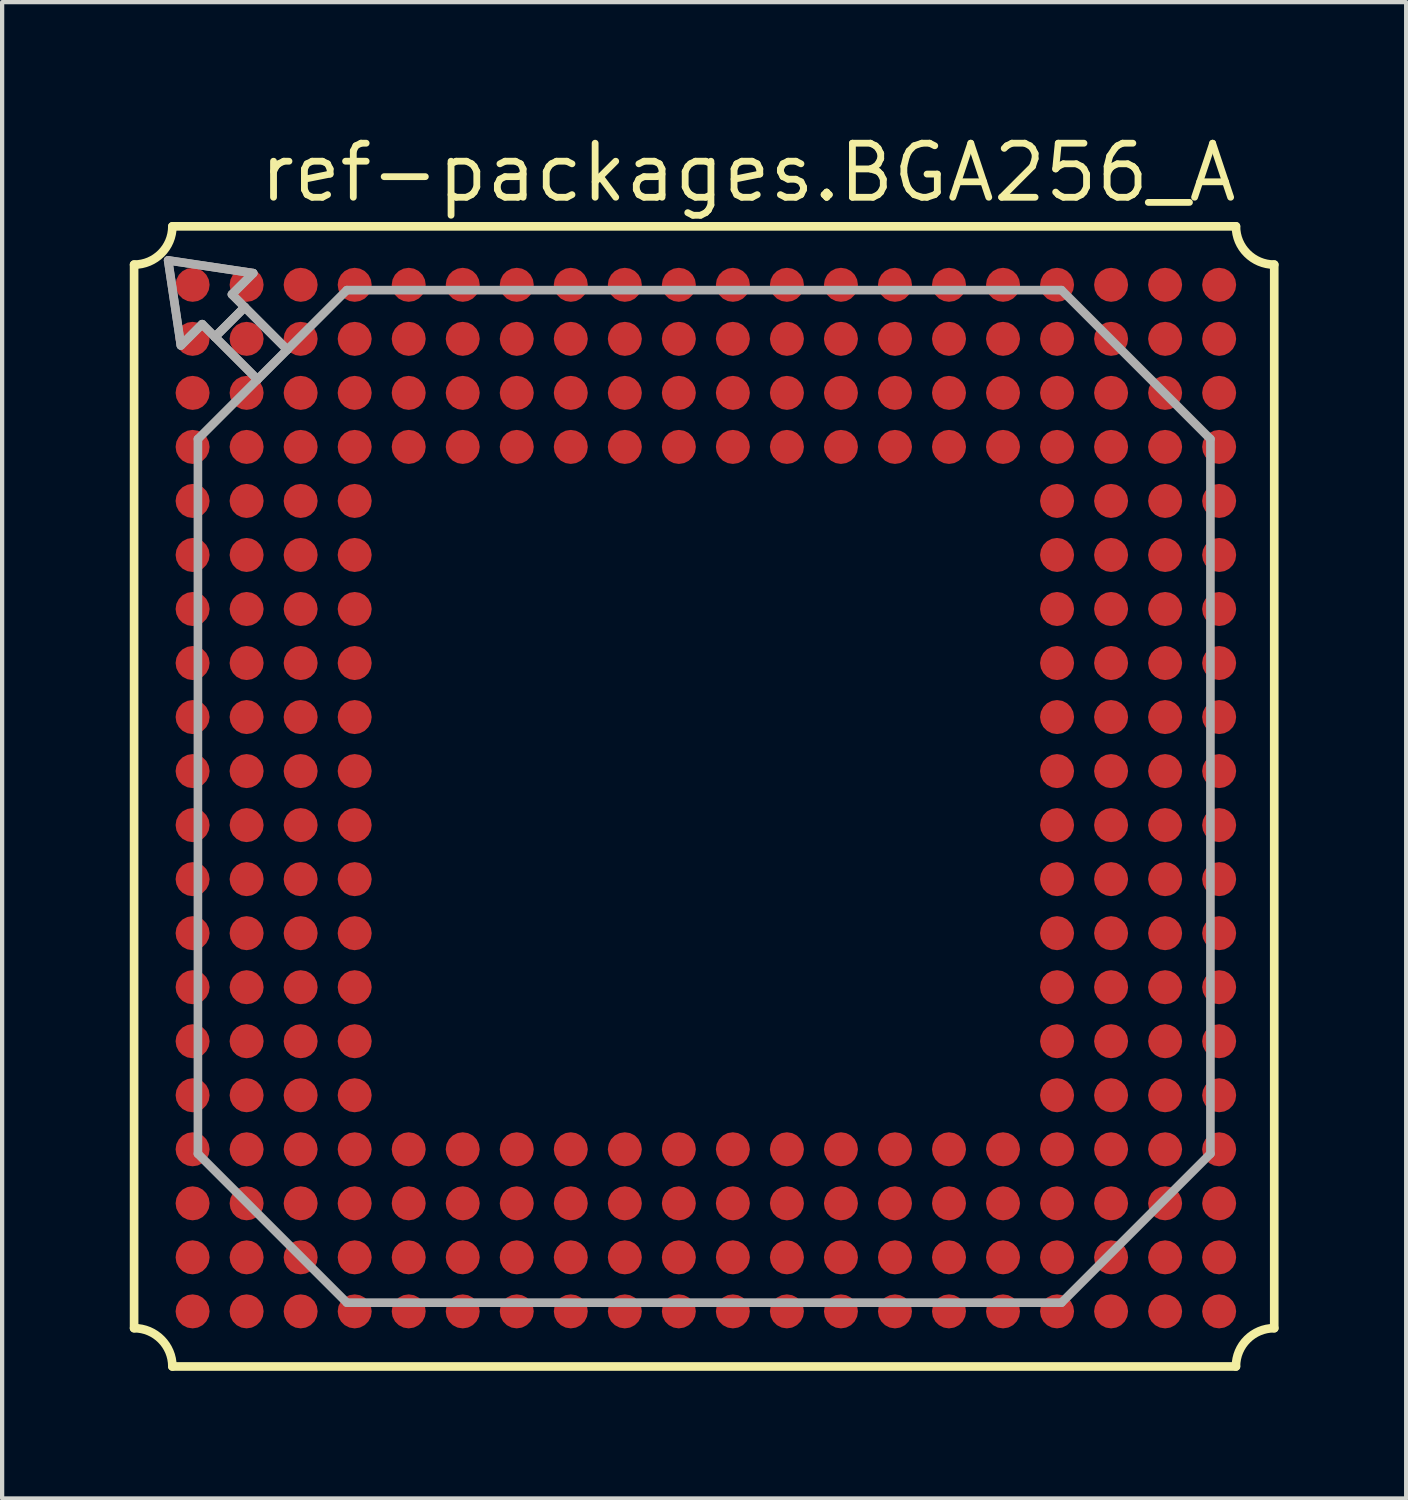
<source format=kicad_pcb>
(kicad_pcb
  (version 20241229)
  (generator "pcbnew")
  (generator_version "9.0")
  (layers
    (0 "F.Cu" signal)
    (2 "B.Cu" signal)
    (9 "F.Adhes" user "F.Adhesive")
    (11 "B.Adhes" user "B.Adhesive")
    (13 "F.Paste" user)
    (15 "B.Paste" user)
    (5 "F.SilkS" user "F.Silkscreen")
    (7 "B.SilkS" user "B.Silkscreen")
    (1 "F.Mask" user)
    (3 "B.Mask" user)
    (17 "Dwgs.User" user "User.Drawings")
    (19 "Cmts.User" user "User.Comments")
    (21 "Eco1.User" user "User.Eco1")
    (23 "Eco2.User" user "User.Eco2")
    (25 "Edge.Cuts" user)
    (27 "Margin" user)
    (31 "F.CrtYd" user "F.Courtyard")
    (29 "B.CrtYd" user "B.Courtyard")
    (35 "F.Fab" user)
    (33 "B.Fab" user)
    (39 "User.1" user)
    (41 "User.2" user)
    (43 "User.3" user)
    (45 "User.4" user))
  (footprint "ref-packages.BGA256_A"
    (layer "F.Cu")
    (at 13.502 15.67)
    (property "Reference" "ref-packages.BGA256_A" (at -10.53 -13.92 0) (layer "F.SilkS") (effects (font (size 1.27 1.27) (thickness 0.16)) (justify left bottom)))
    (attr smd)
    (fp_line (start -13.4 12.5) (end -13.4 -12.5) (stroke (width 0.203) (type default)) (layer "F.SilkS"))
    (fp_line (start -12.5 -13.4) (end 12.5 -13.4) (stroke (width 0.203) (type default)) (layer "F.SilkS"))
    (fp_line (start 12.5 13.4) (end -12.5 13.4) (stroke (width 0.203) (type default)) (layer "F.SilkS"))
    (fp_line (start 13.4 -12.5) (end 13.4 12.5) (stroke (width 0.203) (type default)) (layer "F.SilkS"))
    (fp_arc (start -13.4 12.5) (mid -12.763675 12.763575) (end -12.5001 13.3999) (stroke (width 0.2032) (type default)) (layer "F.SilkS"))
    (fp_arc (start -12.5001 -13.3999) (mid -12.763675 -12.763575) (end -13.4 -12.5) (stroke (width 0.2032) (type default)) (layer "F.SilkS"))
    (fp_arc (start 12.5 13.4) (mid 12.763575 12.763675) (end 13.3999 12.5001) (stroke (width 0.2032) (type default)) (layer "F.SilkS"))
    (fp_arc (start 13.3999 -12.5001) (mid 12.763575 -12.763675) (end 12.5 -13.4) (stroke (width 0.2032) (type default)) (layer "F.SilkS"))
    (fp_line (start -12.6 -12.6) (end -12.3 -10.6) (stroke (width 0.203) (type default)) (layer "F.Fab"))
    (fp_line (start -12.3 -10.6) (end -11.8 -11.1) (stroke (width 0.203) (type default)) (layer "F.Fab"))
    (fp_line (start -11.9 -8.4) (end -10.5 -9.8) (stroke (width 0.203) (type default)) (layer "F.Fab"))
    (fp_line (start -11.9 8.4) (end -11.9 -8.4) (stroke (width 0.203) (type default)) (layer "F.Fab"))
    (fp_line (start -11.8 -11.1) (end -11.5 -10.8) (stroke (width 0.203) (type default)) (layer "F.Fab"))
    (fp_line (start -11.5 -10.8) (end -10.5 -9.8) (stroke (width 0.203) (type default)) (layer "F.Fab"))
    (fp_line (start -11.1 -11.8) (end -10.6 -12.3) (stroke (width 0.203) (type default)) (layer "F.Fab"))
    (fp_line (start -10.8 -11.5) (end -11.5 -10.8) (stroke (width 0.203) (type default)) (layer "F.Fab"))
    (fp_line (start -10.8 -11.5) (end -11.1 -11.8) (stroke (width 0.203) (type default)) (layer "F.Fab"))
    (fp_line (start -10.6 -12.3) (end -12.6 -12.6) (stroke (width 0.203) (type default)) (layer "F.Fab"))
    (fp_line (start -10.5 -9.8) (end -9.8 -10.5) (stroke (width 0.203) (type default)) (layer "F.Fab"))
    (fp_line (start -9.8 -10.5) (end -10.8 -11.5) (stroke (width 0.203) (type default)) (layer "F.Fab"))
    (fp_line (start -9.8 -10.5) (end -8.4 -11.9) (stroke (width 0.203) (type default)) (layer "F.Fab"))
    (fp_line (start -8.4 -11.9) (end 8.4 -11.9) (stroke (width 0.203) (type default)) (layer "F.Fab"))
    (fp_line (start -8.4 11.9) (end -11.9 8.4) (stroke (width 0.203) (type default)) (layer "F.Fab"))
    (fp_line (start 8.4 -11.9) (end 11.9 -8.4) (stroke (width 0.203) (type default)) (layer "F.Fab"))
    (fp_line (start 8.4 11.9) (end -8.4 11.9) (stroke (width 0.203) (type default)) (layer "F.Fab"))
    (fp_line (start 11.9 -8.4) (end 11.9 8.4) (stroke (width 0.203) (type default)) (layer "F.Fab"))
    (fp_line (start 11.9 8.4) (end 8.4 11.9) (stroke (width 0.203) (type default)) (layer "F.Fab"))
    (fp_poly (pts (xy -11.5 -10.8) (xy -10.5 -9.8) (xy -9.8 -10.5) (xy -10.8 -11.5)) (stroke (width 0.203) (type default)) (fill no) (layer "F.Fab"))
    (fp_poly (pts (xy -12.6 -12.6) (xy -12.3 -10.6) (xy -11.8 -11.1) (xy -11.5 -10.8) (xy -10.8 -11.5) (xy -11.1 -11.8) (xy -10.6 -12.3)) (stroke (width 0.2) (type default)) (fill no) (layer "F.Fab"))
    (pad "A1" smd roundrect (at -12.025 -12.025) (size 0.8 0.8) (layers "F.Cu" "F.Mask" "F.Paste") (roundrect_rratio 0.5))
    (pad "A2" smd roundrect (at -10.755 -12.025) (size 0.8 0.8) (layers "F.Cu" "F.Mask" "F.Paste") (roundrect_rratio 0.5))
    (pad "A3" smd roundrect (at -9.485 -12.025) (size 0.8 0.8) (layers "F.Cu" "F.Mask" "F.Paste") (roundrect_rratio 0.5))
    (pad "A4" smd roundrect (at -8.215 -12.025) (size 0.8 0.8) (layers "F.Cu" "F.Mask" "F.Paste") (roundrect_rratio 0.5))
    (pad "A5" smd roundrect (at -6.945 -12.025) (size 0.8 0.8) (layers "F.Cu" "F.Mask" "F.Paste") (roundrect_rratio 0.5))
    (pad "A6" smd roundrect (at -5.675 -12.025) (size 0.8 0.8) (layers "F.Cu" "F.Mask" "F.Paste") (roundrect_rratio 0.5))
    (pad "A7" smd roundrect (at -4.405 -12.025) (size 0.8 0.8) (layers "F.Cu" "F.Mask" "F.Paste") (roundrect_rratio 0.5))
    (pad "A8" smd roundrect (at -3.135 -12.025) (size 0.8 0.8) (layers "F.Cu" "F.Mask" "F.Paste") (roundrect_rratio 0.5))
    (pad "A9" smd roundrect (at -1.865 -12.025) (size 0.8 0.8) (layers "F.Cu" "F.Mask" "F.Paste") (roundrect_rratio 0.5))
    (pad "A10" smd roundrect (at -0.595 -12.025) (size 0.8 0.8) (layers "F.Cu" "F.Mask" "F.Paste") (roundrect_rratio 0.5))
    (pad "A11" smd roundrect (at 0.675 -12.025) (size 0.8 0.8) (layers "F.Cu" "F.Mask" "F.Paste") (roundrect_rratio 0.5))
    (pad "A12" smd roundrect (at 1.945 -12.025) (size 0.8 0.8) (layers "F.Cu" "F.Mask" "F.Paste") (roundrect_rratio 0.5))
    (pad "A13" smd roundrect (at 3.215 -12.025) (size 0.8 0.8) (layers "F.Cu" "F.Mask" "F.Paste") (roundrect_rratio 0.5))
    (pad "A14" smd roundrect (at 4.485 -12.025) (size 0.8 0.8) (layers "F.Cu" "F.Mask" "F.Paste") (roundrect_rratio 0.5))
    (pad "A15" smd roundrect (at 5.755 -12.025) (size 0.8 0.8) (layers "F.Cu" "F.Mask" "F.Paste") (roundrect_rratio 0.5))
    (pad "A16" smd roundrect (at 7.025 -12.025) (size 0.8 0.8) (layers "F.Cu" "F.Mask" "F.Paste") (roundrect_rratio 0.5))
    (pad "A17" smd roundrect (at 8.295 -12.025) (size 0.8 0.8) (layers "F.Cu" "F.Mask" "F.Paste") (roundrect_rratio 0.5))
    (pad "A18" smd roundrect (at 9.565 -12.025) (size 0.8 0.8) (layers "F.Cu" "F.Mask" "F.Paste") (roundrect_rratio 0.5))
    (pad "A19" smd roundrect (at 10.835 -12.025) (size 0.8 0.8) (layers "F.Cu" "F.Mask" "F.Paste") (roundrect_rratio 0.5))
    (pad "A20" smd roundrect (at 12.105 -12.025) (size 0.8 0.8) (layers "F.Cu" "F.Mask" "F.Paste") (roundrect_rratio 0.5))
    (pad "B1" smd roundrect (at -12.025 -10.755) (size 0.8 0.8) (layers "F.Cu" "F.Mask" "F.Paste") (roundrect_rratio 0.5))
    (pad "B2" smd roundrect (at -10.755 -10.755) (size 0.8 0.8) (layers "F.Cu" "F.Mask" "F.Paste") (roundrect_rratio 0.5))
    (pad "B3" smd roundrect (at -9.485 -10.755) (size 0.8 0.8) (layers "F.Cu" "F.Mask" "F.Paste") (roundrect_rratio 0.5))
    (pad "B4" smd roundrect (at -8.215 -10.755) (size 0.8 0.8) (layers "F.Cu" "F.Mask" "F.Paste") (roundrect_rratio 0.5))
    (pad "B5" smd roundrect (at -6.945 -10.755) (size 0.8 0.8) (layers "F.Cu" "F.Mask" "F.Paste") (roundrect_rratio 0.5))
    (pad "B6" smd roundrect (at -5.675 -10.755) (size 0.8 0.8) (layers "F.Cu" "F.Mask" "F.Paste") (roundrect_rratio 0.5))
    (pad "B7" smd roundrect (at -4.405 -10.755) (size 0.8 0.8) (layers "F.Cu" "F.Mask" "F.Paste") (roundrect_rratio 0.5))
    (pad "B8" smd roundrect (at -3.135 -10.755) (size 0.8 0.8) (layers "F.Cu" "F.Mask" "F.Paste") (roundrect_rratio 0.5))
    (pad "B9" smd roundrect (at -1.865 -10.755) (size 0.8 0.8) (layers "F.Cu" "F.Mask" "F.Paste") (roundrect_rratio 0.5))
    (pad "B10" smd roundrect (at -0.595 -10.755) (size 0.8 0.8) (layers "F.Cu" "F.Mask" "F.Paste") (roundrect_rratio 0.5))
    (pad "B11" smd roundrect (at 0.675 -10.755) (size 0.8 0.8) (layers "F.Cu" "F.Mask" "F.Paste") (roundrect_rratio 0.5))
    (pad "B12" smd roundrect (at 1.945 -10.755) (size 0.8 0.8) (layers "F.Cu" "F.Mask" "F.Paste") (roundrect_rratio 0.5))
    (pad "B13" smd roundrect (at 3.215 -10.755) (size 0.8 0.8) (layers "F.Cu" "F.Mask" "F.Paste") (roundrect_rratio 0.5))
    (pad "B14" smd roundrect (at 4.485 -10.755) (size 0.8 0.8) (layers "F.Cu" "F.Mask" "F.Paste") (roundrect_rratio 0.5))
    (pad "B15" smd roundrect (at 5.755 -10.755) (size 0.8 0.8) (layers "F.Cu" "F.Mask" "F.Paste") (roundrect_rratio 0.5))
    (pad "B16" smd roundrect (at 7.025 -10.755) (size 0.8 0.8) (layers "F.Cu" "F.Mask" "F.Paste") (roundrect_rratio 0.5))
    (pad "B17" smd roundrect (at 8.295 -10.755) (size 0.8 0.8) (layers "F.Cu" "F.Mask" "F.Paste") (roundrect_rratio 0.5))
    (pad "B18" smd roundrect (at 9.565 -10.755) (size 0.8 0.8) (layers "F.Cu" "F.Mask" "F.Paste") (roundrect_rratio 0.5))
    (pad "B19" smd roundrect (at 10.835 -10.755) (size 0.8 0.8) (layers "F.Cu" "F.Mask" "F.Paste") (roundrect_rratio 0.5))
    (pad "B20" smd roundrect (at 12.105 -10.755) (size 0.8 0.8) (layers "F.Cu" "F.Mask" "F.Paste") (roundrect_rratio 0.5))
    (pad "C1" smd roundrect (at -12.025 -9.485) (size 0.8 0.8) (layers "F.Cu" "F.Mask" "F.Paste") (roundrect_rratio 0.5))
    (pad "C2" smd roundrect (at -10.755 -9.485) (size 0.8 0.8) (layers "F.Cu" "F.Mask" "F.Paste") (roundrect_rratio 0.5))
    (pad "C3" smd roundrect (at -9.485 -9.485) (size 0.8 0.8) (layers "F.Cu" "F.Mask" "F.Paste") (roundrect_rratio 0.5))
    (pad "C4" smd roundrect (at -8.215 -9.485) (size 0.8 0.8) (layers "F.Cu" "F.Mask" "F.Paste") (roundrect_rratio 0.5))
    (pad "C5" smd roundrect (at -6.945 -9.485) (size 0.8 0.8) (layers "F.Cu" "F.Mask" "F.Paste") (roundrect_rratio 0.5))
    (pad "C6" smd roundrect (at -5.675 -9.485) (size 0.8 0.8) (layers "F.Cu" "F.Mask" "F.Paste") (roundrect_rratio 0.5))
    (pad "C7" smd roundrect (at -4.405 -9.485) (size 0.8 0.8) (layers "F.Cu" "F.Mask" "F.Paste") (roundrect_rratio 0.5))
    (pad "C8" smd roundrect (at -3.135 -9.485) (size 0.8 0.8) (layers "F.Cu" "F.Mask" "F.Paste") (roundrect_rratio 0.5))
    (pad "C9" smd roundrect (at -1.865 -9.485) (size 0.8 0.8) (layers "F.Cu" "F.Mask" "F.Paste") (roundrect_rratio 0.5))
    (pad "C10" smd roundrect (at -0.595 -9.485) (size 0.8 0.8) (layers "F.Cu" "F.Mask" "F.Paste") (roundrect_rratio 0.5))
    (pad "C11" smd roundrect (at 0.675 -9.485) (size 0.8 0.8) (layers "F.Cu" "F.Mask" "F.Paste") (roundrect_rratio 0.5))
    (pad "C12" smd roundrect (at 1.945 -9.485) (size 0.8 0.8) (layers "F.Cu" "F.Mask" "F.Paste") (roundrect_rratio 0.5))
    (pad "C13" smd roundrect (at 3.215 -9.485) (size 0.8 0.8) (layers "F.Cu" "F.Mask" "F.Paste") (roundrect_rratio 0.5))
    (pad "C14" smd roundrect (at 4.485 -9.485) (size 0.8 0.8) (layers "F.Cu" "F.Mask" "F.Paste") (roundrect_rratio 0.5))
    (pad "C15" smd roundrect (at 5.755 -9.485) (size 0.8 0.8) (layers "F.Cu" "F.Mask" "F.Paste") (roundrect_rratio 0.5))
    (pad "C16" smd roundrect (at 7.025 -9.485) (size 0.8 0.8) (layers "F.Cu" "F.Mask" "F.Paste") (roundrect_rratio 0.5))
    (pad "C17" smd roundrect (at 8.295 -9.485) (size 0.8 0.8) (layers "F.Cu" "F.Mask" "F.Paste") (roundrect_rratio 0.5))
    (pad "C18" smd roundrect (at 9.565 -9.485) (size 0.8 0.8) (layers "F.Cu" "F.Mask" "F.Paste") (roundrect_rratio 0.5))
    (pad "C19" smd roundrect (at 10.835 -9.485) (size 0.8 0.8) (layers "F.Cu" "F.Mask" "F.Paste") (roundrect_rratio 0.5))
    (pad "C20" smd roundrect (at 12.105 -9.485) (size 0.8 0.8) (layers "F.Cu" "F.Mask" "F.Paste") (roundrect_rratio 0.5))
    (pad "D1" smd roundrect (at -12.025 -8.215) (size 0.8 0.8) (layers "F.Cu" "F.Mask" "F.Paste") (roundrect_rratio 0.5))
    (pad "D2" smd roundrect (at -10.755 -8.215) (size 0.8 0.8) (layers "F.Cu" "F.Mask" "F.Paste") (roundrect_rratio 0.5))
    (pad "D3" smd roundrect (at -9.485 -8.215) (size 0.8 0.8) (layers "F.Cu" "F.Mask" "F.Paste") (roundrect_rratio 0.5))
    (pad "D4" smd roundrect (at -8.215 -8.215) (size 0.8 0.8) (layers "F.Cu" "F.Mask" "F.Paste") (roundrect_rratio 0.5))
    (pad "D5" smd roundrect (at -6.945 -8.215) (size 0.8 0.8) (layers "F.Cu" "F.Mask" "F.Paste") (roundrect_rratio 0.5))
    (pad "D6" smd roundrect (at -5.675 -8.215) (size 0.8 0.8) (layers "F.Cu" "F.Mask" "F.Paste") (roundrect_rratio 0.5))
    (pad "D7" smd roundrect (at -4.405 -8.215) (size 0.8 0.8) (layers "F.Cu" "F.Mask" "F.Paste") (roundrect_rratio 0.5))
    (pad "D8" smd roundrect (at -3.135 -8.215) (size 0.8 0.8) (layers "F.Cu" "F.Mask" "F.Paste") (roundrect_rratio 0.5))
    (pad "D9" smd roundrect (at -1.865 -8.215) (size 0.8 0.8) (layers "F.Cu" "F.Mask" "F.Paste") (roundrect_rratio 0.5))
    (pad "D10" smd roundrect (at -0.595 -8.215) (size 0.8 0.8) (layers "F.Cu" "F.Mask" "F.Paste") (roundrect_rratio 0.5))
    (pad "D11" smd roundrect (at 0.675 -8.215) (size 0.8 0.8) (layers "F.Cu" "F.Mask" "F.Paste") (roundrect_rratio 0.5))
    (pad "D12" smd roundrect (at 1.945 -8.215) (size 0.8 0.8) (layers "F.Cu" "F.Mask" "F.Paste") (roundrect_rratio 0.5))
    (pad "D13" smd roundrect (at 3.215 -8.215) (size 0.8 0.8) (layers "F.Cu" "F.Mask" "F.Paste") (roundrect_rratio 0.5))
    (pad "D14" smd roundrect (at 4.485 -8.215) (size 0.8 0.8) (layers "F.Cu" "F.Mask" "F.Paste") (roundrect_rratio 0.5))
    (pad "D15" smd roundrect (at 5.755 -8.215) (size 0.8 0.8) (layers "F.Cu" "F.Mask" "F.Paste") (roundrect_rratio 0.5))
    (pad "D16" smd roundrect (at 7.025 -8.215) (size 0.8 0.8) (layers "F.Cu" "F.Mask" "F.Paste") (roundrect_rratio 0.5))
    (pad "D17" smd roundrect (at 8.295 -8.215) (size 0.8 0.8) (layers "F.Cu" "F.Mask" "F.Paste") (roundrect_rratio 0.5))
    (pad "D18" smd roundrect (at 9.565 -8.215) (size 0.8 0.8) (layers "F.Cu" "F.Mask" "F.Paste") (roundrect_rratio 0.5))
    (pad "D19" smd roundrect (at 10.835 -8.215) (size 0.8 0.8) (layers "F.Cu" "F.Mask" "F.Paste") (roundrect_rratio 0.5))
    (pad "D20" smd roundrect (at 12.105 -8.215) (size 0.8 0.8) (layers "F.Cu" "F.Mask" "F.Paste") (roundrect_rratio 0.5))
    (pad "E1" smd roundrect (at -12.025 -6.945) (size 0.8 0.8) (layers "F.Cu" "F.Mask" "F.Paste") (roundrect_rratio 0.5))
    (pad "E2" smd roundrect (at -10.755 -6.945) (size 0.8 0.8) (layers "F.Cu" "F.Mask" "F.Paste") (roundrect_rratio 0.5))
    (pad "E3" smd roundrect (at -9.485 -6.945) (size 0.8 0.8) (layers "F.Cu" "F.Mask" "F.Paste") (roundrect_rratio 0.5))
    (pad "E4" smd roundrect (at -8.215 -6.945) (size 0.8 0.8) (layers "F.Cu" "F.Mask" "F.Paste") (roundrect_rratio 0.5))
    (pad "E17" smd roundrect (at 8.295 -6.945) (size 0.8 0.8) (layers "F.Cu" "F.Mask" "F.Paste") (roundrect_rratio 0.5))
    (pad "E18" smd roundrect (at 9.565 -6.945) (size 0.8 0.8) (layers "F.Cu" "F.Mask" "F.Paste") (roundrect_rratio 0.5))
    (pad "E19" smd roundrect (at 10.835 -6.945) (size 0.8 0.8) (layers "F.Cu" "F.Mask" "F.Paste") (roundrect_rratio 0.5))
    (pad "E20" smd roundrect (at 12.105 -6.945) (size 0.8 0.8) (layers "F.Cu" "F.Mask" "F.Paste") (roundrect_rratio 0.5))
    (pad "F1" smd roundrect (at -12.025 -5.675) (size 0.8 0.8) (layers "F.Cu" "F.Mask" "F.Paste") (roundrect_rratio 0.5))
    (pad "F2" smd roundrect (at -10.755 -5.675) (size 0.8 0.8) (layers "F.Cu" "F.Mask" "F.Paste") (roundrect_rratio 0.5))
    (pad "F3" smd roundrect (at -9.485 -5.675) (size 0.8 0.8) (layers "F.Cu" "F.Mask" "F.Paste") (roundrect_rratio 0.5))
    (pad "F4" smd roundrect (at -8.215 -5.675) (size 0.8 0.8) (layers "F.Cu" "F.Mask" "F.Paste") (roundrect_rratio 0.5))
    (pad "F17" smd roundrect (at 8.295 -5.675) (size 0.8 0.8) (layers "F.Cu" "F.Mask" "F.Paste") (roundrect_rratio 0.5))
    (pad "F18" smd roundrect (at 9.565 -5.675) (size 0.8 0.8) (layers "F.Cu" "F.Mask" "F.Paste") (roundrect_rratio 0.5))
    (pad "F19" smd roundrect (at 10.835 -5.675) (size 0.8 0.8) (layers "F.Cu" "F.Mask" "F.Paste") (roundrect_rratio 0.5))
    (pad "F20" smd roundrect (at 12.105 -5.675) (size 0.8 0.8) (layers "F.Cu" "F.Mask" "F.Paste") (roundrect_rratio 0.5))
    (pad "G1" smd roundrect (at -12.025 -4.405) (size 0.8 0.8) (layers "F.Cu" "F.Mask" "F.Paste") (roundrect_rratio 0.5))
    (pad "G2" smd roundrect (at -10.755 -4.405) (size 0.8 0.8) (layers "F.Cu" "F.Mask" "F.Paste") (roundrect_rratio 0.5))
    (pad "G3" smd roundrect (at -9.485 -4.405) (size 0.8 0.8) (layers "F.Cu" "F.Mask" "F.Paste") (roundrect_rratio 0.5))
    (pad "G4" smd roundrect (at -8.215 -4.405) (size 0.8 0.8) (layers "F.Cu" "F.Mask" "F.Paste") (roundrect_rratio 0.5))
    (pad "G17" smd roundrect (at 8.295 -4.405) (size 0.8 0.8) (layers "F.Cu" "F.Mask" "F.Paste") (roundrect_rratio 0.5))
    (pad "G18" smd roundrect (at 9.565 -4.405) (size 0.8 0.8) (layers "F.Cu" "F.Mask" "F.Paste") (roundrect_rratio 0.5))
    (pad "G19" smd roundrect (at 10.835 -4.405) (size 0.8 0.8) (layers "F.Cu" "F.Mask" "F.Paste") (roundrect_rratio 0.5))
    (pad "G20" smd roundrect (at 12.105 -4.405) (size 0.8 0.8) (layers "F.Cu" "F.Mask" "F.Paste") (roundrect_rratio 0.5))
    (pad "H1" smd roundrect (at -12.025 -3.135) (size 0.8 0.8) (layers "F.Cu" "F.Mask" "F.Paste") (roundrect_rratio 0.5))
    (pad "H2" smd roundrect (at -10.755 -3.135) (size 0.8 0.8) (layers "F.Cu" "F.Mask" "F.Paste") (roundrect_rratio 0.5))
    (pad "H3" smd roundrect (at -9.485 -3.135) (size 0.8 0.8) (layers "F.Cu" "F.Mask" "F.Paste") (roundrect_rratio 0.5))
    (pad "H4" smd roundrect (at -8.215 -3.135) (size 0.8 0.8) (layers "F.Cu" "F.Mask" "F.Paste") (roundrect_rratio 0.5))
    (pad "H17" smd roundrect (at 8.295 -3.135) (size 0.8 0.8) (layers "F.Cu" "F.Mask" "F.Paste") (roundrect_rratio 0.5))
    (pad "H18" smd roundrect (at 9.565 -3.135) (size 0.8 0.8) (layers "F.Cu" "F.Mask" "F.Paste") (roundrect_rratio 0.5))
    (pad "H19" smd roundrect (at 10.835 -3.135) (size 0.8 0.8) (layers "F.Cu" "F.Mask" "F.Paste") (roundrect_rratio 0.5))
    (pad "H20" smd roundrect (at 12.105 -3.135) (size 0.8 0.8) (layers "F.Cu" "F.Mask" "F.Paste") (roundrect_rratio 0.5))
    (pad "J1" smd roundrect (at -12.025 -1.865) (size 0.8 0.8) (layers "F.Cu" "F.Mask" "F.Paste") (roundrect_rratio 0.5))
    (pad "J2" smd roundrect (at -10.755 -1.865) (size 0.8 0.8) (layers "F.Cu" "F.Mask" "F.Paste") (roundrect_rratio 0.5))
    (pad "J3" smd roundrect (at -9.485 -1.865) (size 0.8 0.8) (layers "F.Cu" "F.Mask" "F.Paste") (roundrect_rratio 0.5))
    (pad "J4" smd roundrect (at -8.215 -1.865) (size 0.8 0.8) (layers "F.Cu" "F.Mask" "F.Paste") (roundrect_rratio 0.5))
    (pad "J17" smd roundrect (at 8.295 -1.865) (size 0.8 0.8) (layers "F.Cu" "F.Mask" "F.Paste") (roundrect_rratio 0.5))
    (pad "J18" smd roundrect (at 9.565 -1.865) (size 0.8 0.8) (layers "F.Cu" "F.Mask" "F.Paste") (roundrect_rratio 0.5))
    (pad "J19" smd roundrect (at 10.835 -1.865) (size 0.8 0.8) (layers "F.Cu" "F.Mask" "F.Paste") (roundrect_rratio 0.5))
    (pad "J20" smd roundrect (at 12.105 -1.865) (size 0.8 0.8) (layers "F.Cu" "F.Mask" "F.Paste") (roundrect_rratio 0.5))
    (pad "K1" smd roundrect (at -12.025 -0.595) (size 0.8 0.8) (layers "F.Cu" "F.Mask" "F.Paste") (roundrect_rratio 0.5))
    (pad "K2" smd roundrect (at -10.755 -0.595) (size 0.8 0.8) (layers "F.Cu" "F.Mask" "F.Paste") (roundrect_rratio 0.5))
    (pad "K3" smd roundrect (at -9.485 -0.595) (size 0.8 0.8) (layers "F.Cu" "F.Mask" "F.Paste") (roundrect_rratio 0.5))
    (pad "K4" smd roundrect (at -8.215 -0.595) (size 0.8 0.8) (layers "F.Cu" "F.Mask" "F.Paste") (roundrect_rratio 0.5))
    (pad "K17" smd roundrect (at 8.295 -0.595) (size 0.8 0.8) (layers "F.Cu" "F.Mask" "F.Paste") (roundrect_rratio 0.5))
    (pad "K18" smd roundrect (at 9.565 -0.595) (size 0.8 0.8) (layers "F.Cu" "F.Mask" "F.Paste") (roundrect_rratio 0.5))
    (pad "K19" smd roundrect (at 10.835 -0.595) (size 0.8 0.8) (layers "F.Cu" "F.Mask" "F.Paste") (roundrect_rratio 0.5))
    (pad "K20" smd roundrect (at 12.105 -0.595) (size 0.8 0.8) (layers "F.Cu" "F.Mask" "F.Paste") (roundrect_rratio 0.5))
    (pad "L1" smd roundrect (at -12.025 0.675) (size 0.8 0.8) (layers "F.Cu" "F.Mask" "F.Paste") (roundrect_rratio 0.5))
    (pad "L2" smd roundrect (at -10.755 0.675) (size 0.8 0.8) (layers "F.Cu" "F.Mask" "F.Paste") (roundrect_rratio 0.5))
    (pad "L3" smd roundrect (at -9.485 0.675) (size 0.8 0.8) (layers "F.Cu" "F.Mask" "F.Paste") (roundrect_rratio 0.5))
    (pad "L4" smd roundrect (at -8.215 0.675) (size 0.8 0.8) (layers "F.Cu" "F.Mask" "F.Paste") (roundrect_rratio 0.5))
    (pad "L17" smd roundrect (at 8.295 0.675) (size 0.8 0.8) (layers "F.Cu" "F.Mask" "F.Paste") (roundrect_rratio 0.5))
    (pad "L18" smd roundrect (at 9.565 0.675) (size 0.8 0.8) (layers "F.Cu" "F.Mask" "F.Paste") (roundrect_rratio 0.5))
    (pad "L19" smd roundrect (at 10.835 0.675) (size 0.8 0.8) (layers "F.Cu" "F.Mask" "F.Paste") (roundrect_rratio 0.5))
    (pad "L20" smd roundrect (at 12.105 0.675) (size 0.8 0.8) (layers "F.Cu" "F.Mask" "F.Paste") (roundrect_rratio 0.5))
    (pad "M1" smd roundrect (at -12.025 1.945) (size 0.8 0.8) (layers "F.Cu" "F.Mask" "F.Paste") (roundrect_rratio 0.5))
    (pad "M2" smd roundrect (at -10.755 1.945) (size 0.8 0.8) (layers "F.Cu" "F.Mask" "F.Paste") (roundrect_rratio 0.5))
    (pad "M3" smd roundrect (at -9.485 1.945) (size 0.8 0.8) (layers "F.Cu" "F.Mask" "F.Paste") (roundrect_rratio 0.5))
    (pad "M4" smd roundrect (at -8.215 1.945) (size 0.8 0.8) (layers "F.Cu" "F.Mask" "F.Paste") (roundrect_rratio 0.5))
    (pad "M17" smd roundrect (at 8.295 1.945) (size 0.8 0.8) (layers "F.Cu" "F.Mask" "F.Paste") (roundrect_rratio 0.5))
    (pad "M18" smd roundrect (at 9.565 1.945) (size 0.8 0.8) (layers "F.Cu" "F.Mask" "F.Paste") (roundrect_rratio 0.5))
    (pad "M19" smd roundrect (at 10.835 1.945) (size 0.8 0.8) (layers "F.Cu" "F.Mask" "F.Paste") (roundrect_rratio 0.5))
    (pad "M20" smd roundrect (at 12.105 1.945) (size 0.8 0.8) (layers "F.Cu" "F.Mask" "F.Paste") (roundrect_rratio 0.5))
    (pad "N1" smd roundrect (at -12.025 3.215) (size 0.8 0.8) (layers "F.Cu" "F.Mask" "F.Paste") (roundrect_rratio 0.5))
    (pad "N2" smd roundrect (at -10.755 3.215) (size 0.8 0.8) (layers "F.Cu" "F.Mask" "F.Paste") (roundrect_rratio 0.5))
    (pad "N3" smd roundrect (at -9.485 3.215) (size 0.8 0.8) (layers "F.Cu" "F.Mask" "F.Paste") (roundrect_rratio 0.5))
    (pad "N4" smd roundrect (at -8.215 3.215) (size 0.8 0.8) (layers "F.Cu" "F.Mask" "F.Paste") (roundrect_rratio 0.5))
    (pad "N17" smd roundrect (at 8.295 3.215) (size 0.8 0.8) (layers "F.Cu" "F.Mask" "F.Paste") (roundrect_rratio 0.5))
    (pad "N18" smd roundrect (at 9.565 3.215) (size 0.8 0.8) (layers "F.Cu" "F.Mask" "F.Paste") (roundrect_rratio 0.5))
    (pad "N19" smd roundrect (at 10.835 3.215) (size 0.8 0.8) (layers "F.Cu" "F.Mask" "F.Paste") (roundrect_rratio 0.5))
    (pad "N20" smd roundrect (at 12.105 3.215) (size 0.8 0.8) (layers "F.Cu" "F.Mask" "F.Paste") (roundrect_rratio 0.5))
    (pad "P1" smd roundrect (at -12.025 4.485) (size 0.8 0.8) (layers "F.Cu" "F.Mask" "F.Paste") (roundrect_rratio 0.5))
    (pad "P2" smd roundrect (at -10.755 4.485) (size 0.8 0.8) (layers "F.Cu" "F.Mask" "F.Paste") (roundrect_rratio 0.5))
    (pad "P3" smd roundrect (at -9.485 4.485) (size 0.8 0.8) (layers "F.Cu" "F.Mask" "F.Paste") (roundrect_rratio 0.5))
    (pad "P4" smd roundrect (at -8.215 4.485) (size 0.8 0.8) (layers "F.Cu" "F.Mask" "F.Paste") (roundrect_rratio 0.5))
    (pad "P17" smd roundrect (at 8.295 4.485) (size 0.8 0.8) (layers "F.Cu" "F.Mask" "F.Paste") (roundrect_rratio 0.5))
    (pad "P18" smd roundrect (at 9.565 4.485) (size 0.8 0.8) (layers "F.Cu" "F.Mask" "F.Paste") (roundrect_rratio 0.5))
    (pad "P19" smd roundrect (at 10.835 4.485) (size 0.8 0.8) (layers "F.Cu" "F.Mask" "F.Paste") (roundrect_rratio 0.5))
    (pad "P20" smd roundrect (at 12.105 4.485) (size 0.8 0.8) (layers "F.Cu" "F.Mask" "F.Paste") (roundrect_rratio 0.5))
    (pad "R1" smd roundrect (at -12.025 5.755) (size 0.8 0.8) (layers "F.Cu" "F.Mask" "F.Paste") (roundrect_rratio 0.5))
    (pad "R2" smd roundrect (at -10.755 5.755) (size 0.8 0.8) (layers "F.Cu" "F.Mask" "F.Paste") (roundrect_rratio 0.5))
    (pad "R3" smd roundrect (at -9.485 5.755) (size 0.8 0.8) (layers "F.Cu" "F.Mask" "F.Paste") (roundrect_rratio 0.5))
    (pad "R4" smd roundrect (at -8.215 5.755) (size 0.8 0.8) (layers "F.Cu" "F.Mask" "F.Paste") (roundrect_rratio 0.5))
    (pad "R17" smd roundrect (at 8.295 5.755) (size 0.8 0.8) (layers "F.Cu" "F.Mask" "F.Paste") (roundrect_rratio 0.5))
    (pad "R18" smd roundrect (at 9.565 5.755) (size 0.8 0.8) (layers "F.Cu" "F.Mask" "F.Paste") (roundrect_rratio 0.5))
    (pad "R19" smd roundrect (at 10.835 5.755) (size 0.8 0.8) (layers "F.Cu" "F.Mask" "F.Paste") (roundrect_rratio 0.5))
    (pad "R20" smd roundrect (at 12.105 5.755) (size 0.8 0.8) (layers "F.Cu" "F.Mask" "F.Paste") (roundrect_rratio 0.5))
    (pad "T1" smd roundrect (at -12.025 7.025) (size 0.8 0.8) (layers "F.Cu" "F.Mask" "F.Paste") (roundrect_rratio 0.5))
    (pad "T2" smd roundrect (at -10.755 7.025) (size 0.8 0.8) (layers "F.Cu" "F.Mask" "F.Paste") (roundrect_rratio 0.5))
    (pad "T3" smd roundrect (at -9.485 7.025) (size 0.8 0.8) (layers "F.Cu" "F.Mask" "F.Paste") (roundrect_rratio 0.5))
    (pad "T4" smd roundrect (at -8.215 7.025) (size 0.8 0.8) (layers "F.Cu" "F.Mask" "F.Paste") (roundrect_rratio 0.5))
    (pad "T17" smd roundrect (at 8.295 7.025) (size 0.8 0.8) (layers "F.Cu" "F.Mask" "F.Paste") (roundrect_rratio 0.5))
    (pad "T18" smd roundrect (at 9.565 7.025) (size 0.8 0.8) (layers "F.Cu" "F.Mask" "F.Paste") (roundrect_rratio 0.5))
    (pad "T19" smd roundrect (at 10.835 7.025) (size 0.8 0.8) (layers "F.Cu" "F.Mask" "F.Paste") (roundrect_rratio 0.5))
    (pad "T20" smd roundrect (at 12.105 7.025) (size 0.8 0.8) (layers "F.Cu" "F.Mask" "F.Paste") (roundrect_rratio 0.5))
    (pad "U1" smd roundrect (at -12.025 8.295) (size 0.8 0.8) (layers "F.Cu" "F.Mask" "F.Paste") (roundrect_rratio 0.5))
    (pad "U2" smd roundrect (at -10.755 8.295) (size 0.8 0.8) (layers "F.Cu" "F.Mask" "F.Paste") (roundrect_rratio 0.5))
    (pad "U3" smd roundrect (at -9.485 8.295) (size 0.8 0.8) (layers "F.Cu" "F.Mask" "F.Paste") (roundrect_rratio 0.5))
    (pad "U4" smd roundrect (at -8.215 8.295) (size 0.8 0.8) (layers "F.Cu" "F.Mask" "F.Paste") (roundrect_rratio 0.5))
    (pad "U5" smd roundrect (at -6.945 8.295) (size 0.8 0.8) (layers "F.Cu" "F.Mask" "F.Paste") (roundrect_rratio 0.5))
    (pad "U6" smd roundrect (at -5.675 8.295) (size 0.8 0.8) (layers "F.Cu" "F.Mask" "F.Paste") (roundrect_rratio 0.5))
    (pad "U7" smd roundrect (at -4.405 8.295) (size 0.8 0.8) (layers "F.Cu" "F.Mask" "F.Paste") (roundrect_rratio 0.5))
    (pad "U8" smd roundrect (at -3.135 8.295) (size 0.8 0.8) (layers "F.Cu" "F.Mask" "F.Paste") (roundrect_rratio 0.5))
    (pad "U9" smd roundrect (at -1.865 8.295) (size 0.8 0.8) (layers "F.Cu" "F.Mask" "F.Paste") (roundrect_rratio 0.5))
    (pad "U10" smd roundrect (at -0.595 8.295) (size 0.8 0.8) (layers "F.Cu" "F.Mask" "F.Paste") (roundrect_rratio 0.5))
    (pad "U11" smd roundrect (at 0.675 8.295) (size 0.8 0.8) (layers "F.Cu" "F.Mask" "F.Paste") (roundrect_rratio 0.5))
    (pad "U12" smd roundrect (at 1.945 8.295) (size 0.8 0.8) (layers "F.Cu" "F.Mask" "F.Paste") (roundrect_rratio 0.5))
    (pad "U13" smd roundrect (at 3.215 8.295) (size 0.8 0.8) (layers "F.Cu" "F.Mask" "F.Paste") (roundrect_rratio 0.5))
    (pad "U14" smd roundrect (at 4.485 8.295) (size 0.8 0.8) (layers "F.Cu" "F.Mask" "F.Paste") (roundrect_rratio 0.5))
    (pad "U15" smd roundrect (at 5.755 8.295) (size 0.8 0.8) (layers "F.Cu" "F.Mask" "F.Paste") (roundrect_rratio 0.5))
    (pad "U16" smd roundrect (at 7.025 8.295) (size 0.8 0.8) (layers "F.Cu" "F.Mask" "F.Paste") (roundrect_rratio 0.5))
    (pad "U17" smd roundrect (at 8.295 8.295) (size 0.8 0.8) (layers "F.Cu" "F.Mask" "F.Paste") (roundrect_rratio 0.5))
    (pad "U18" smd roundrect (at 9.565 8.295) (size 0.8 0.8) (layers "F.Cu" "F.Mask" "F.Paste") (roundrect_rratio 0.5))
    (pad "U19" smd roundrect (at 10.835 8.295) (size 0.8 0.8) (layers "F.Cu" "F.Mask" "F.Paste") (roundrect_rratio 0.5))
    (pad "U20" smd roundrect (at 12.105 8.295) (size 0.8 0.8) (layers "F.Cu" "F.Mask" "F.Paste") (roundrect_rratio 0.5))
    (pad "V1" smd roundrect (at -12.025 9.565) (size 0.8 0.8) (layers "F.Cu" "F.Mask" "F.Paste") (roundrect_rratio 0.5))
    (pad "V2" smd roundrect (at -10.755 9.565) (size 0.8 0.8) (layers "F.Cu" "F.Mask" "F.Paste") (roundrect_rratio 0.5))
    (pad "V3" smd roundrect (at -9.485 9.565) (size 0.8 0.8) (layers "F.Cu" "F.Mask" "F.Paste") (roundrect_rratio 0.5))
    (pad "V4" smd roundrect (at -8.215 9.565) (size 0.8 0.8) (layers "F.Cu" "F.Mask" "F.Paste") (roundrect_rratio 0.5))
    (pad "V5" smd roundrect (at -6.945 9.565) (size 0.8 0.8) (layers "F.Cu" "F.Mask" "F.Paste") (roundrect_rratio 0.5))
    (pad "V6" smd roundrect (at -5.675 9.565) (size 0.8 0.8) (layers "F.Cu" "F.Mask" "F.Paste") (roundrect_rratio 0.5))
    (pad "V7" smd roundrect (at -4.405 9.565) (size 0.8 0.8) (layers "F.Cu" "F.Mask" "F.Paste") (roundrect_rratio 0.5))
    (pad "V8" smd roundrect (at -3.135 9.565) (size 0.8 0.8) (layers "F.Cu" "F.Mask" "F.Paste") (roundrect_rratio 0.5))
    (pad "V9" smd roundrect (at -1.865 9.565) (size 0.8 0.8) (layers "F.Cu" "F.Mask" "F.Paste") (roundrect_rratio 0.5))
    (pad "V10" smd roundrect (at -0.595 9.565) (size 0.8 0.8) (layers "F.Cu" "F.Mask" "F.Paste") (roundrect_rratio 0.5))
    (pad "V11" smd roundrect (at 0.675 9.565) (size 0.8 0.8) (layers "F.Cu" "F.Mask" "F.Paste") (roundrect_rratio 0.5))
    (pad "V12" smd roundrect (at 1.945 9.565) (size 0.8 0.8) (layers "F.Cu" "F.Mask" "F.Paste") (roundrect_rratio 0.5))
    (pad "V13" smd roundrect (at 3.215 9.565) (size 0.8 0.8) (layers "F.Cu" "F.Mask" "F.Paste") (roundrect_rratio 0.5))
    (pad "V14" smd roundrect (at 4.485 9.565) (size 0.8 0.8) (layers "F.Cu" "F.Mask" "F.Paste") (roundrect_rratio 0.5))
    (pad "V15" smd roundrect (at 5.755 9.565) (size 0.8 0.8) (layers "F.Cu" "F.Mask" "F.Paste") (roundrect_rratio 0.5))
    (pad "V16" smd roundrect (at 7.025 9.565) (size 0.8 0.8) (layers "F.Cu" "F.Mask" "F.Paste") (roundrect_rratio 0.5))
    (pad "V17" smd roundrect (at 8.295 9.565) (size 0.8 0.8) (layers "F.Cu" "F.Mask" "F.Paste") (roundrect_rratio 0.5))
    (pad "V18" smd roundrect (at 9.565 9.565) (size 0.8 0.8) (layers "F.Cu" "F.Mask" "F.Paste") (roundrect_rratio 0.5))
    (pad "V19" smd roundrect (at 10.835 9.565) (size 0.8 0.8) (layers "F.Cu" "F.Mask" "F.Paste") (roundrect_rratio 0.5))
    (pad "V20" smd roundrect (at 12.105 9.565) (size 0.8 0.8) (layers "F.Cu" "F.Mask" "F.Paste") (roundrect_rratio 0.5))
    (pad "W1" smd roundrect (at -12.025 10.835) (size 0.8 0.8) (layers "F.Cu" "F.Mask" "F.Paste") (roundrect_rratio 0.5))
    (pad "W2" smd roundrect (at -10.755 10.835) (size 0.8 0.8) (layers "F.Cu" "F.Mask" "F.Paste") (roundrect_rratio 0.5))
    (pad "W3" smd roundrect (at -9.485 10.835) (size 0.8 0.8) (layers "F.Cu" "F.Mask" "F.Paste") (roundrect_rratio 0.5))
    (pad "W4" smd roundrect (at -8.215 10.835) (size 0.8 0.8) (layers "F.Cu" "F.Mask" "F.Paste") (roundrect_rratio 0.5))
    (pad "W5" smd roundrect (at -6.945 10.835) (size 0.8 0.8) (layers "F.Cu" "F.Mask" "F.Paste") (roundrect_rratio 0.5))
    (pad "W6" smd roundrect (at -5.675 10.835) (size 0.8 0.8) (layers "F.Cu" "F.Mask" "F.Paste") (roundrect_rratio 0.5))
    (pad "W7" smd roundrect (at -4.405 10.835) (size 0.8 0.8) (layers "F.Cu" "F.Mask" "F.Paste") (roundrect_rratio 0.5))
    (pad "W8" smd roundrect (at -3.135 10.835) (size 0.8 0.8) (layers "F.Cu" "F.Mask" "F.Paste") (roundrect_rratio 0.5))
    (pad "W9" smd roundrect (at -1.865 10.835) (size 0.8 0.8) (layers "F.Cu" "F.Mask" "F.Paste") (roundrect_rratio 0.5))
    (pad "W10" smd roundrect (at -0.595 10.835) (size 0.8 0.8) (layers "F.Cu" "F.Mask" "F.Paste") (roundrect_rratio 0.5))
    (pad "W11" smd roundrect (at 0.675 10.835) (size 0.8 0.8) (layers "F.Cu" "F.Mask" "F.Paste") (roundrect_rratio 0.5))
    (pad "W12" smd roundrect (at 1.945 10.835) (size 0.8 0.8) (layers "F.Cu" "F.Mask" "F.Paste") (roundrect_rratio 0.5))
    (pad "W13" smd roundrect (at 3.215 10.835) (size 0.8 0.8) (layers "F.Cu" "F.Mask" "F.Paste") (roundrect_rratio 0.5))
    (pad "W14" smd roundrect (at 4.485 10.835) (size 0.8 0.8) (layers "F.Cu" "F.Mask" "F.Paste") (roundrect_rratio 0.5))
    (pad "W15" smd roundrect (at 5.755 10.835) (size 0.8 0.8) (layers "F.Cu" "F.Mask" "F.Paste") (roundrect_rratio 0.5))
    (pad "W16" smd roundrect (at 7.025 10.835) (size 0.8 0.8) (layers "F.Cu" "F.Mask" "F.Paste") (roundrect_rratio 0.5))
    (pad "W17" smd roundrect (at 8.295 10.835) (size 0.8 0.8) (layers "F.Cu" "F.Mask" "F.Paste") (roundrect_rratio 0.5))
    (pad "W18" smd roundrect (at 9.565 10.835) (size 0.8 0.8) (layers "F.Cu" "F.Mask" "F.Paste") (roundrect_rratio 0.5))
    (pad "W19" smd roundrect (at 10.835 10.835) (size 0.8 0.8) (layers "F.Cu" "F.Mask" "F.Paste") (roundrect_rratio 0.5))
    (pad "W20" smd roundrect (at 12.105 10.835) (size 0.8 0.8) (layers "F.Cu" "F.Mask" "F.Paste") (roundrect_rratio 0.5))
    (pad "Y1" smd roundrect (at -12.025 12.105) (size 0.8 0.8) (layers "F.Cu" "F.Mask" "F.Paste") (roundrect_rratio 0.5))
    (pad "Y2" smd roundrect (at -10.755 12.105) (size 0.8 0.8) (layers "F.Cu" "F.Mask" "F.Paste") (roundrect_rratio 0.5))
    (pad "Y3" smd roundrect (at -9.485 12.105) (size 0.8 0.8) (layers "F.Cu" "F.Mask" "F.Paste") (roundrect_rratio 0.5))
    (pad "Y4" smd roundrect (at -8.215 12.105) (size 0.8 0.8) (layers "F.Cu" "F.Mask" "F.Paste") (roundrect_rratio 0.5))
    (pad "Y5" smd roundrect (at -6.945 12.105) (size 0.8 0.8) (layers "F.Cu" "F.Mask" "F.Paste") (roundrect_rratio 0.5))
    (pad "Y6" smd roundrect (at -5.675 12.105) (size 0.8 0.8) (layers "F.Cu" "F.Mask" "F.Paste") (roundrect_rratio 0.5))
    (pad "Y7" smd roundrect (at -4.405 12.105) (size 0.8 0.8) (layers "F.Cu" "F.Mask" "F.Paste") (roundrect_rratio 0.5))
    (pad "Y8" smd roundrect (at -3.135 12.105) (size 0.8 0.8) (layers "F.Cu" "F.Mask" "F.Paste") (roundrect_rratio 0.5))
    (pad "Y9" smd roundrect (at -1.865 12.105) (size 0.8 0.8) (layers "F.Cu" "F.Mask" "F.Paste") (roundrect_rratio 0.5))
    (pad "Y10" smd roundrect (at -0.595 12.105) (size 0.8 0.8) (layers "F.Cu" "F.Mask" "F.Paste") (roundrect_rratio 0.5))
    (pad "Y11" smd roundrect (at 0.675 12.105) (size 0.8 0.8) (layers "F.Cu" "F.Mask" "F.Paste") (roundrect_rratio 0.5))
    (pad "Y12" smd roundrect (at 1.945 12.105) (size 0.8 0.8) (layers "F.Cu" "F.Mask" "F.Paste") (roundrect_rratio 0.5))
    (pad "Y13" smd roundrect (at 3.215 12.105) (size 0.8 0.8) (layers "F.Cu" "F.Mask" "F.Paste") (roundrect_rratio 0.5))
    (pad "Y14" smd roundrect (at 4.485 12.105) (size 0.8 0.8) (layers "F.Cu" "F.Mask" "F.Paste") (roundrect_rratio 0.5))
    (pad "Y15" smd roundrect (at 5.755 12.105) (size 0.8 0.8) (layers "F.Cu" "F.Mask" "F.Paste") (roundrect_rratio 0.5))
    (pad "Y16" smd roundrect (at 7.025 12.105) (size 0.8 0.8) (layers "F.Cu" "F.Mask" "F.Paste") (roundrect_rratio 0.5))
    (pad "Y17" smd roundrect (at 8.295 12.105) (size 0.8 0.8) (layers "F.Cu" "F.Mask" "F.Paste") (roundrect_rratio 0.5))
    (pad "Y18" smd roundrect (at 9.565 12.105) (size 0.8 0.8) (layers "F.Cu" "F.Mask" "F.Paste") (roundrect_rratio 0.5))
    (pad "Y19" smd roundrect (at 10.835 12.105) (size 0.8 0.8) (layers "F.Cu" "F.Mask" "F.Paste") (roundrect_rratio 0.5))
    (pad "Y20" smd roundrect (at 12.105 12.105) (size 0.8 0.8) (layers "F.Cu" "F.Mask" "F.Paste") (roundrect_rratio 0.5)))
  (gr_rect
    (start -3 -3)
    (end 30.003 32.172)
    (stroke (width 0.1) (type default))
    (fill no)
    (layer "Edge.Cuts")))
</source>
